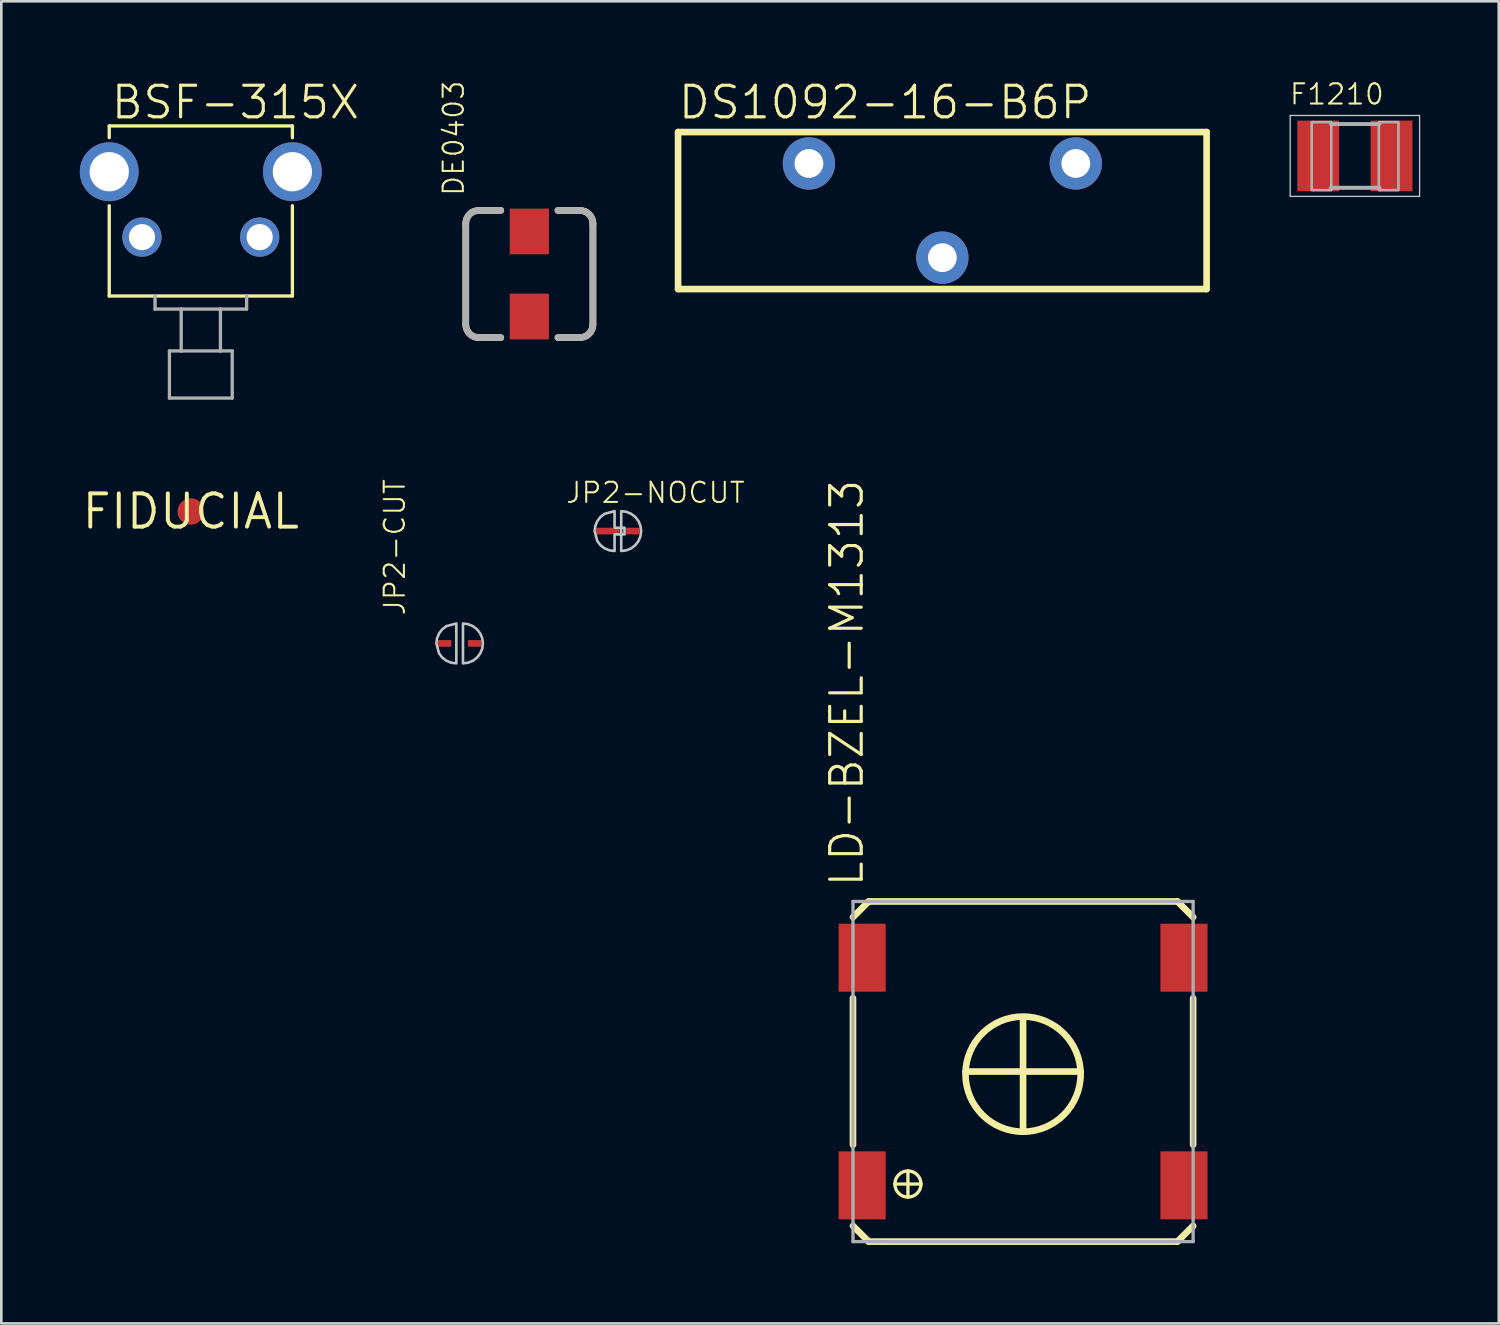
<source format=kicad_pcb>
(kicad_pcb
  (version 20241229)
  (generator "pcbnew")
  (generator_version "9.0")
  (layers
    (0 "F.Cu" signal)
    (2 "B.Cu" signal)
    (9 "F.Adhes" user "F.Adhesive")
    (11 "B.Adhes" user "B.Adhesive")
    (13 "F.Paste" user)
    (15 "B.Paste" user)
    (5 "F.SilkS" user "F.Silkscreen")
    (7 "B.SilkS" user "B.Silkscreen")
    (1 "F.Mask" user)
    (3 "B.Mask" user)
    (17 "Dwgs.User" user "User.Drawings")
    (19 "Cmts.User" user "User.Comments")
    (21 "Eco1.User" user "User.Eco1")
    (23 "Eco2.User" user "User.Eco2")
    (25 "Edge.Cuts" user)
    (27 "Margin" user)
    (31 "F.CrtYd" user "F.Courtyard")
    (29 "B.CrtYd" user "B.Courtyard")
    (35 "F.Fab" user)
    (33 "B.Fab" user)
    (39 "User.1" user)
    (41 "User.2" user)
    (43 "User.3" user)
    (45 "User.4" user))
  (footprint "JP2-CUT"
    (layer "F.Cu")
    (at 14.517 21.541)
    (property "Reference" "JP2-CUT" (at -2.032 -1.016 90) (layer "F.SilkS") (effects (font (size 0.772 0.772) (thickness 0.077)) (justify left bottom)))
    (attr through_hole)
    (fp_poly (pts (xy 0 -0.889) (xy -0.127 -0.889) (xy -0.127 -0.889) (xy -0.357 -0.859) (xy -0.571 -0.77) (xy -0.756 -0.629) (xy -0.897 -0.445) (xy -0.986 -0.23) (xy -1.016 0) (xy -1.016 -0.000001) (xy -0.986 0.23) (xy -0.897 0.445) (xy -0.756 0.629) (xy -0.572 0.77) (xy -0.127 0.889) (xy 0 0.889)) (stroke (width 0) (type solid)) (fill yes) (layer "F.Mask"))
    (fp_poly (pts (xy 0 0.889) (xy 0.127 0.889) (xy 0.127 0.889) (xy 0.357 0.859) (xy 0.571 0.77) (xy 0.756 0.629) (xy 0.897 0.445) (xy 0.986 0.23) (xy 1.016 0) (xy 1.016 0.000001) (xy 0.986 -0.23) (xy 0.897 -0.445) (xy 0.756 -0.629) (xy 0.572 -0.77) (xy 0.357 -0.859) (xy 0.127 -0.889) (xy 0 -0.889)) (stroke (width 0) (type solid)) (fill yes) (layer "F.Mask"))
    (fp_poly (pts (xy -0.127 -0.762) (xy -0.127 0.762) (xy -0.127 0.762) (xy -0.324 0.736) (xy -0.508 0.66) (xy -0.666 0.539) (xy -0.787 0.381) (xy -0.889 0) (xy -0.889 0.000001) (xy -0.863 -0.197) (xy -0.787 -0.381) (xy -0.666 -0.539) (xy -0.508 -0.66)) (stroke (width 0.1) (type solid)) (fill no) (layer "Dwgs.User"))
    (fp_poly (pts (xy 0.127 0.762) (xy 0.127 -0.762) (xy 0.127 -0.762) (xy 0.324 -0.736) (xy 0.508 -0.66) (xy 0.666 -0.539) (xy 0.787 -0.381) (xy 0.863 -0.197) (xy 0.889 0) (xy 0.889 -0.000001) (xy 0.863 0.197) (xy 0.787 0.381) (xy 0.666 0.539) (xy 0.508 0.66) (xy 0.324 0.736)) (stroke (width 0.1) (type solid)) (fill no) (layer "Dwgs.User"))
    (pad "1" smd rect (at -0.572 0) (size 0.508 0.254) (layers "F.Cu" "F.Mask"))
    (pad "2" smd rect (at 0.572 0) (size 0.508 0.254) (layers "F.Cu" "F.Mask")))
  (footprint "DS1092-16-B6P"
    (layer "F.Cu")
    (at 32.965 4.997)
    (property "Reference" "DS1092-16-B6P" (at -10.16 -3.429 0) (layer "F.SilkS") (effects (font (size 1.206 1.206) (thickness 0.121)) (justify left bottom)))
    (attr through_hole)
    (fp_line (start -10.1 -3) (end -10.1 3) (stroke (width 0.254) (type solid)) (layer "F.SilkS"))
    (fp_line (start -10.1 -3) (end 10.1 -3) (stroke (width 0.254) (type solid)) (layer "F.SilkS"))
    (fp_line (start -10.1 3) (end 10.1 3) (stroke (width 0.254) (type solid)) (layer "F.SilkS"))
    (fp_line (start 10.1 -3) (end 10.1 3) (stroke (width 0.254) (type solid)) (layer "F.SilkS"))
    (pad "1" thru_hole circle (at -5.1 -1.8) (size 2 2) (drill 1.1) (layers "*.Cu" "*.Mask"))
    (pad "2" thru_hole circle (at 0 1.8) (size 2 2) (drill 1.1) (layers "*.Cu" "*.Mask"))
    (pad "3" thru_hole circle (at 5.1 -1.8) (size 2 2) (drill 1.1) (layers "*.Cu" "*.Mask")))
  (footprint "F1210"
    (layer "F.Cu")
    (at 48.732 2.909)
    (property "Reference" "F1210" (at -2.54 -1.905 180) (layer "F.SilkS") (effects (font (size 0.772 0.772) (thickness 0.077)) (justify left bottom)))
    (attr through_hole)
    (fp_line (start -2.473 -1.546) (end 2.473 -1.546) (stroke (width 0.051) (type solid)) (layer "Dwgs.User"))
    (fp_line (start -2.473 1.546) (end -2.473 -1.546) (stroke (width 0.051) (type solid)) (layer "Dwgs.User"))
    (fp_line (start 2.473 -1.546) (end 2.473 1.546) (stroke (width 0.051) (type solid)) (layer "Dwgs.User"))
    (fp_line (start 2.473 1.546) (end -2.473 1.546) (stroke (width 0.051) (type solid)) (layer "Dwgs.User"))
    (fp_line (start -0.913 -1.219) (end 0.939 -1.219) (stroke (width 0.152) (type solid)) (layer "F.Fab"))
    (fp_line (start -0.913 1.219) (end 0.939 1.219) (stroke (width 0.152) (type solid)) (layer "F.Fab"))
    (fp_poly (pts (xy -1.651 1.308) (xy -0.901 1.308) (xy -0.901 -1.292) (xy -1.651 -1.292)) (stroke (width 0.1) (type solid)) (fill no) (layer "F.Fab"))
    (fp_poly (pts (xy 0.914 1.308) (xy 1.665 1.308) (xy 1.665 -1.292) (xy 0.914 -1.292)) (stroke (width 0.1) (type solid)) (fill no) (layer "F.Fab"))
    (pad "1" smd rect (at -1.4 0) (size 1.6 2.7) (layers "F.Cu" "F.Mask" "F.Paste"))
    (pad "2" smd rect (at 1.4 0) (size 1.6 2.7) (layers "F.Cu" "F.Mask" "F.Paste")))
  (footprint "BSF-315X"
    (layer "F.Cu")
    (at 4.625 6.013)
    (property "Reference" "BSF-315X" (at -3.493 -4.445 0) (layer "F.SilkS") (effects (font (size 1.206 1.206) (thickness 0.121)) (justify left bottom)))
    (attr through_hole)
    (fp_line (start -3.5 -4.25) (end -3.5 -3.8) (stroke (width 0.127) (type solid)) (layer "F.SilkS"))
    (fp_line (start -3.5 -4.25) (end 3.5 -4.25) (stroke (width 0.127) (type solid)) (layer "F.SilkS"))
    (fp_line (start -3.5 2.25) (end -3.5 -1.2) (stroke (width 0.127) (type solid)) (layer "F.SilkS"))
    (fp_line (start -3.5 2.25) (end 3.5 2.25) (stroke (width 0.127) (type solid)) (layer "F.SilkS"))
    (fp_line (start 3.5 -4.25) (end 3.5 -3.8) (stroke (width 0.127) (type solid)) (layer "F.SilkS"))
    (fp_line (start 3.5 2.25) (end 3.5 -1.2) (stroke (width 0.127) (type solid)) (layer "F.SilkS"))
    (fp_line (start -1.75 2.25) (end -1.75 2.75) (stroke (width 0.127) (type solid)) (layer "F.Fab"))
    (fp_line (start -1.75 2.75) (end -0.75 2.75) (stroke (width 0.127) (type solid)) (layer "F.Fab"))
    (fp_line (start -1.2 4.35) (end -1.2 6.15) (stroke (width 0.127) (type solid)) (layer "F.Fab"))
    (fp_line (start -1.2 4.35) (end -0.75 4.35) (stroke (width 0.127) (type solid)) (layer "F.Fab"))
    (fp_line (start -1.2 6.15) (end 1.2 6.15) (stroke (width 0.127) (type solid)) (layer "F.Fab"))
    (fp_line (start -0.75 2.75) (end -0.75 4.35) (stroke (width 0.127) (type solid)) (layer "F.Fab"))
    (fp_line (start -0.75 2.75) (end 0.75 2.75) (stroke (width 0.127) (type solid)) (layer "F.Fab"))
    (fp_line (start -0.75 4.35) (end 0.75 4.35) (stroke (width 0.127) (type solid)) (layer "F.Fab"))
    (fp_line (start 0.75 2.75) (end 0.75 4.35) (stroke (width 0.127) (type solid)) (layer "F.Fab"))
    (fp_line (start 0.75 2.75) (end 1.75 2.75) (stroke (width 0.127) (type solid)) (layer "F.Fab"))
    (fp_line (start 0.75 4.35) (end 1.2 4.35) (stroke (width 0.127) (type solid)) (layer "F.Fab"))
    (fp_line (start 1.2 4.35) (end 1.2 6.15) (stroke (width 0.127) (type solid)) (layer "F.Fab"))
    (fp_line (start 1.75 2.25) (end 1.75 2.75) (stroke (width 0.127) (type solid)) (layer "F.Fab"))
    (pad "1" thru_hole circle (at -2.25 0) (size 1.5 1.5) (drill 1) (layers "*.Cu" "*.Mask"))
    (pad "2" thru_hole circle (at 2.25 0) (size 1.5 1.5) (drill 1) (layers "*.Cu" "*.Mask"))
    (pad "3" thru_hole circle (at -3.5 -2.5) (size 2.25 2.25) (drill 1.5) (layers "*.Cu" "*.Mask"))
    (pad "4" thru_hole circle (at 3.5 -2.5) (size 2.25 2.25) (drill 1.5) (layers "*.Cu" "*.Mask")))
  (footprint "LD-BZEL-M1313"
    (layer "F.Cu")
    (at 36.05 37.902)
    (property "Reference" "LD-BZEL-M1313" (at -6.032 -6.985 90) (layer "F.SilkS") (effects (font (size 1.206 1.206) (thickness 0.121)) (justify left bottom)))
    (attr through_hole)
    (fp_line (start -6.5 -5.9) (end -5.9 -6.5) (stroke (width 0.254) (type solid)) (layer "F.SilkS"))
    (fp_line (start -6.5 -2.8) (end -6.5 2.8) (stroke (width 0.254) (type solid)) (layer "F.SilkS"))
    (fp_line (start -5.9 -6.5) (end 5.9 -6.5) (stroke (width 0.254) (type solid)) (layer "F.SilkS"))
    (fp_line (start -5.9 6.5) (end -6.5 5.9) (stroke (width 0.254) (type solid)) (layer "F.SilkS"))
    (fp_line (start -4.9 4.3) (end -3.9 4.3) (stroke (width 0.127) (type solid)) (layer "F.SilkS"))
    (fp_line (start -4.4 3.8) (end -4.4 4.8) (stroke (width 0.127) (type solid)) (layer "F.SilkS"))
    (fp_line (start 0 -2) (end 0 2.2) (stroke (width 0.254) (type solid)) (layer "F.SilkS"))
    (fp_line (start 2.2 0) (end -2.2 0) (stroke (width 0.254) (type solid)) (layer "F.SilkS"))
    (fp_line (start 5.9 -6.5) (end 6.5 -5.9) (stroke (width 0.254) (type solid)) (layer "F.SilkS"))
    (fp_line (start 5.9 6.5) (end -5.9 6.5) (stroke (width 0.254) (type solid)) (layer "F.SilkS"))
    (fp_line (start 6.5 -2.8) (end 6.5 2.8) (stroke (width 0.254) (type solid)) (layer "F.SilkS"))
    (fp_line (start 6.5 5.9) (end 5.9 6.5) (stroke (width 0.254) (type solid)) (layer "F.SilkS"))
    (fp_circle (center -4.4 4.3) (end -3.9 4.3) (stroke (width 0.127) (type solid)) (fill no) (layer "F.SilkS"))
    (fp_circle (center 0 0.1) (end 2.2 0.1) (stroke (width 0.254) (type solid)) (fill no) (layer "F.SilkS"))
    (fp_line (start -6.5 -6.5) (end 6.5 -6.5) (stroke (width 0.127) (type solid)) (layer "F.Fab"))
    (fp_line (start -6.5 6.5) (end -6.5 -6.5) (stroke (width 0.127) (type solid)) (layer "F.Fab"))
    (fp_line (start -6.5 6.5) (end 6.5 6.5) (stroke (width 0.127) (type solid)) (layer "F.Fab"))
    (fp_line (start 6.5 6.5) (end 6.5 -6.5) (stroke (width 0.127) (type solid)) (layer "F.Fab"))
    (pad "+" smd rect (at -6.15 4.35) (size 1.8 2.6) (layers "F.Cu" "F.Mask" "F.Paste"))
    (pad "-" smd rect (at 6.15 4.35) (size 1.8 2.6) (layers "F.Cu" "F.Mask" "F.Paste"))
    (pad "NC1" smd rect (at -6.15 -4.35) (size 1.8 2.6) (layers "F.Cu" "F.Mask" "F.Paste"))
    (pad "NC2" smd rect (at 6.15 -4.35) (size 1.8 2.6) (layers "F.Cu" "F.Mask" "F.Paste")))
  (footprint "DE0403"
    (layer "F.Cu")
    (at 17.181 7.422)
    (property "Reference" "DE0403" (at -2.444 -2.932 270) (layer "F.SilkS") (effects (font (size 0.772 0.772) (thickness 0.077)) (justify left bottom)))
    (attr through_hole)
    (fp_line (start -2.43 1.93) (end -2.43 -1.93) (stroke (width 0.254) (type solid)) (layer "F.SilkS"))
    (fp_line (start -1.092 -2.43) (end -1.93 -2.43) (stroke (width 0.254) (type solid)) (layer "F.SilkS"))
    (fp_line (start -1.092 2.43) (end -1.93 2.43) (stroke (width 0.254) (type solid)) (layer "F.SilkS"))
    (fp_line (start 1.092 -2.43) (end 1.93 -2.43) (stroke (width 0.254) (type solid)) (layer "F.SilkS"))
    (fp_line (start 1.092 2.43) (end 1.93 2.43) (stroke (width 0.254) (type solid)) (layer "F.SilkS"))
    (fp_line (start 2.43 -1.93) (end 2.43 1.93) (stroke (width 0.254) (type solid)) (layer "F.SilkS"))
    (fp_arc (start -2.43 -1.93) (mid -2.283553 -2.283553) (end -1.93 -2.43) (stroke (width 0.254) (type solid)) (layer "F.SilkS"))
    (fp_arc (start -1.93 2.43) (mid -2.283553 2.283553) (end -2.43 1.93) (stroke (width 0.254) (type solid)) (layer "F.SilkS"))
    (fp_arc (start 1.93 -2.43) (mid 2.283553 -2.283553) (end 2.43 -1.93) (stroke (width 0.254) (type solid)) (layer "F.SilkS"))
    (fp_arc (start 2.43 1.93) (mid 2.283553 2.283553) (end 1.93 2.43) (stroke (width 0.254) (type solid)) (layer "F.SilkS"))
    (fp_line (start -2.43 1.93) (end -2.43 -1.93) (stroke (width 0.254) (type solid)) (layer "F.Fab"))
    (fp_line (start -1.092 -2.43) (end -1.93 -2.43) (stroke (width 0.254) (type solid)) (layer "F.Fab"))
    (fp_line (start -1.092 2.43) (end -1.93 2.43) (stroke (width 0.254) (type solid)) (layer "F.Fab"))
    (fp_line (start 1.092 -2.43) (end 1.93 -2.43) (stroke (width 0.254) (type solid)) (layer "F.Fab"))
    (fp_line (start 1.092 2.43) (end 1.93 2.43) (stroke (width 0.254) (type solid)) (layer "F.Fab"))
    (fp_line (start 2.43 -1.93) (end 2.43 1.93) (stroke (width 0.254) (type solid)) (layer "F.Fab"))
    (fp_arc (start -2.43 -1.93) (mid -2.283553 -2.283553) (end -1.93 -2.43) (stroke (width 0.254) (type solid)) (layer "F.Fab"))
    (fp_arc (start -1.93 2.43) (mid -2.283553 2.283553) (end -2.43 1.93) (stroke (width 0.254) (type solid)) (layer "F.Fab"))
    (fp_arc (start 1.93 -2.43) (mid 2.283553 -2.283553) (end 2.43 -1.93) (stroke (width 0.254) (type solid)) (layer "F.Fab"))
    (fp_arc (start 2.43 1.93) (mid 2.283553 2.283553) (end 1.93 2.43) (stroke (width 0.254) (type solid)) (layer "F.Fab"))
    (pad "1" smd rect (at 0 -1.626) (size 1.5 1.75) (layers "F.Cu" "F.Mask" "F.Paste"))
    (pad "2" smd rect (at 0 1.625) (size 1.5 1.75) (layers "F.Cu" "F.Mask" "F.Paste")))
  (footprint "JP2-NOCUT"
    (layer "F.Cu")
    (at 20.565 17.247)
    (property "Reference" "JP2-NOCUT" (at -2.032 -1.016 0) (layer "F.SilkS") (effects (font (size 0.772 0.772) (thickness 0.077)) (justify left bottom)))
    (attr through_hole)
    (fp_poly (pts (xy 0 -0.889) (xy -0.127 -0.889) (xy -0.127 -0.889) (xy -0.357 -0.859) (xy -0.571 -0.77) (xy -0.756 -0.629) (xy -0.897 -0.445) (xy -0.986 -0.23) (xy -1.016 0) (xy -1.016 -0.000001) (xy -0.986 0.23) (xy -0.897 0.445) (xy -0.756 0.629) (xy -0.572 0.77) (xy -0.127 0.889) (xy 0 0.889)) (stroke (width 0) (type solid)) (fill yes) (layer "F.Mask"))
    (fp_poly (pts (xy 0 0.889) (xy 0.127 0.889) (xy 0.127 0.889) (xy 0.357 0.859) (xy 0.571 0.77) (xy 0.756 0.629) (xy 0.897 0.445) (xy 0.986 0.23) (xy 1.016 0) (xy 1.016 0.000001) (xy 0.986 -0.23) (xy 0.897 -0.445) (xy 0.756 -0.629) (xy 0.572 -0.77) (xy 0.357 -0.859) (xy 0.127 -0.889) (xy 0 -0.889)) (stroke (width 0) (type solid)) (fill yes) (layer "F.Mask"))
    (fp_poly (pts (xy 0.127 0.762) (xy 0.127 -0.762) (xy 0.127 -0.762) (xy 0.324 -0.736) (xy 0.508 -0.66) (xy 0.666 -0.539) (xy 0.787 -0.381) (xy 0.863 -0.197) (xy 0.889 0) (xy 0.889 -0.000001) (xy 0.863 0.197) (xy 0.787 0.381) (xy 0.666 0.539) (xy 0.508 0.66) (xy 0.324 0.736)) (stroke (width 0.1) (type solid)) (fill no) (layer "Dwgs.User"))
    (fp_poly (pts (xy -0.127 -0.762) (xy -0.127 -0.127) (xy 0.254 -0.127) (xy 0.254 0.127) (xy -0.127 0.127) (xy -0.127 0.762) (xy -0.127 0.762) (xy -0.324 0.736) (xy -0.508 0.66) (xy -0.666 0.539) (xy -0.787 0.381) (xy -0.889 0) (xy -0.889 0.000001) (xy -0.863 -0.197) (xy -0.787 -0.381) (xy -0.666 -0.539) (xy -0.508 -0.66)) (stroke (width 0.1) (type solid)) (fill no) (layer "Dwgs.User"))
    (pad "1" smd rect (at -0.381 0) (size 0.889 0.254) (layers "F.Cu" "F.Mask"))
    (pad "2" smd rect (at 0.572 0) (size 0.508 0.254) (layers "F.Cu" "F.Mask")))
  (footprint "FIDUCIAL"
    (layer "F.Cu")
    (at 4.241 16.497)
    (property "Reference" "FIDUCIAL" (at 0 0 0) (layer "F.SilkS") (effects (font (size 1.27 1.27) (thickness 0.15))))
    (attr through_hole)
    (fp_poly (pts (xy 0 -1.27) (xy 0.248 -1.246) (xy 0.486 -1.173) (xy 0.706 -1.056) (xy 0.898 -0.898) (xy 1.056 -0.706) (xy 1.173 -0.486) (xy 1.27 0) (xy 1.246 0.248) (xy 1.173 0.486) (xy 1.056 0.706) (xy 0.898 0.898) (xy 0.706 1.056) (xy 0.486 1.173) (xy 0 1.27) (xy -0.248 1.246) (xy -0.486 1.173) (xy -0.706 1.056) (xy -0.898 0.898) (xy -1.056 0.706) (xy -1.173 0.486) (xy -1.27 0) (xy -1.246 -0.248) (xy -1.173 -0.486) (xy -1.056 -0.706) (xy -0.898 -0.898) (xy -0.706 -1.056) (xy -0.486 -1.173)) (stroke (width 0) (type solid)) (fill yes) (layer "F.Mask"))
    (pad "T" smd roundrect (at 0 0) (size 1.016 1.016) (layers "F.Cu" "F.Mask") (roundrect_rratio 0.5)))
  (gr_rect
    (start -3 -3)
    (end 54.23 47.529)
    (stroke (width 0.1) (type default))
    (fill no)
    (layer "Edge.Cuts")))
</source>
